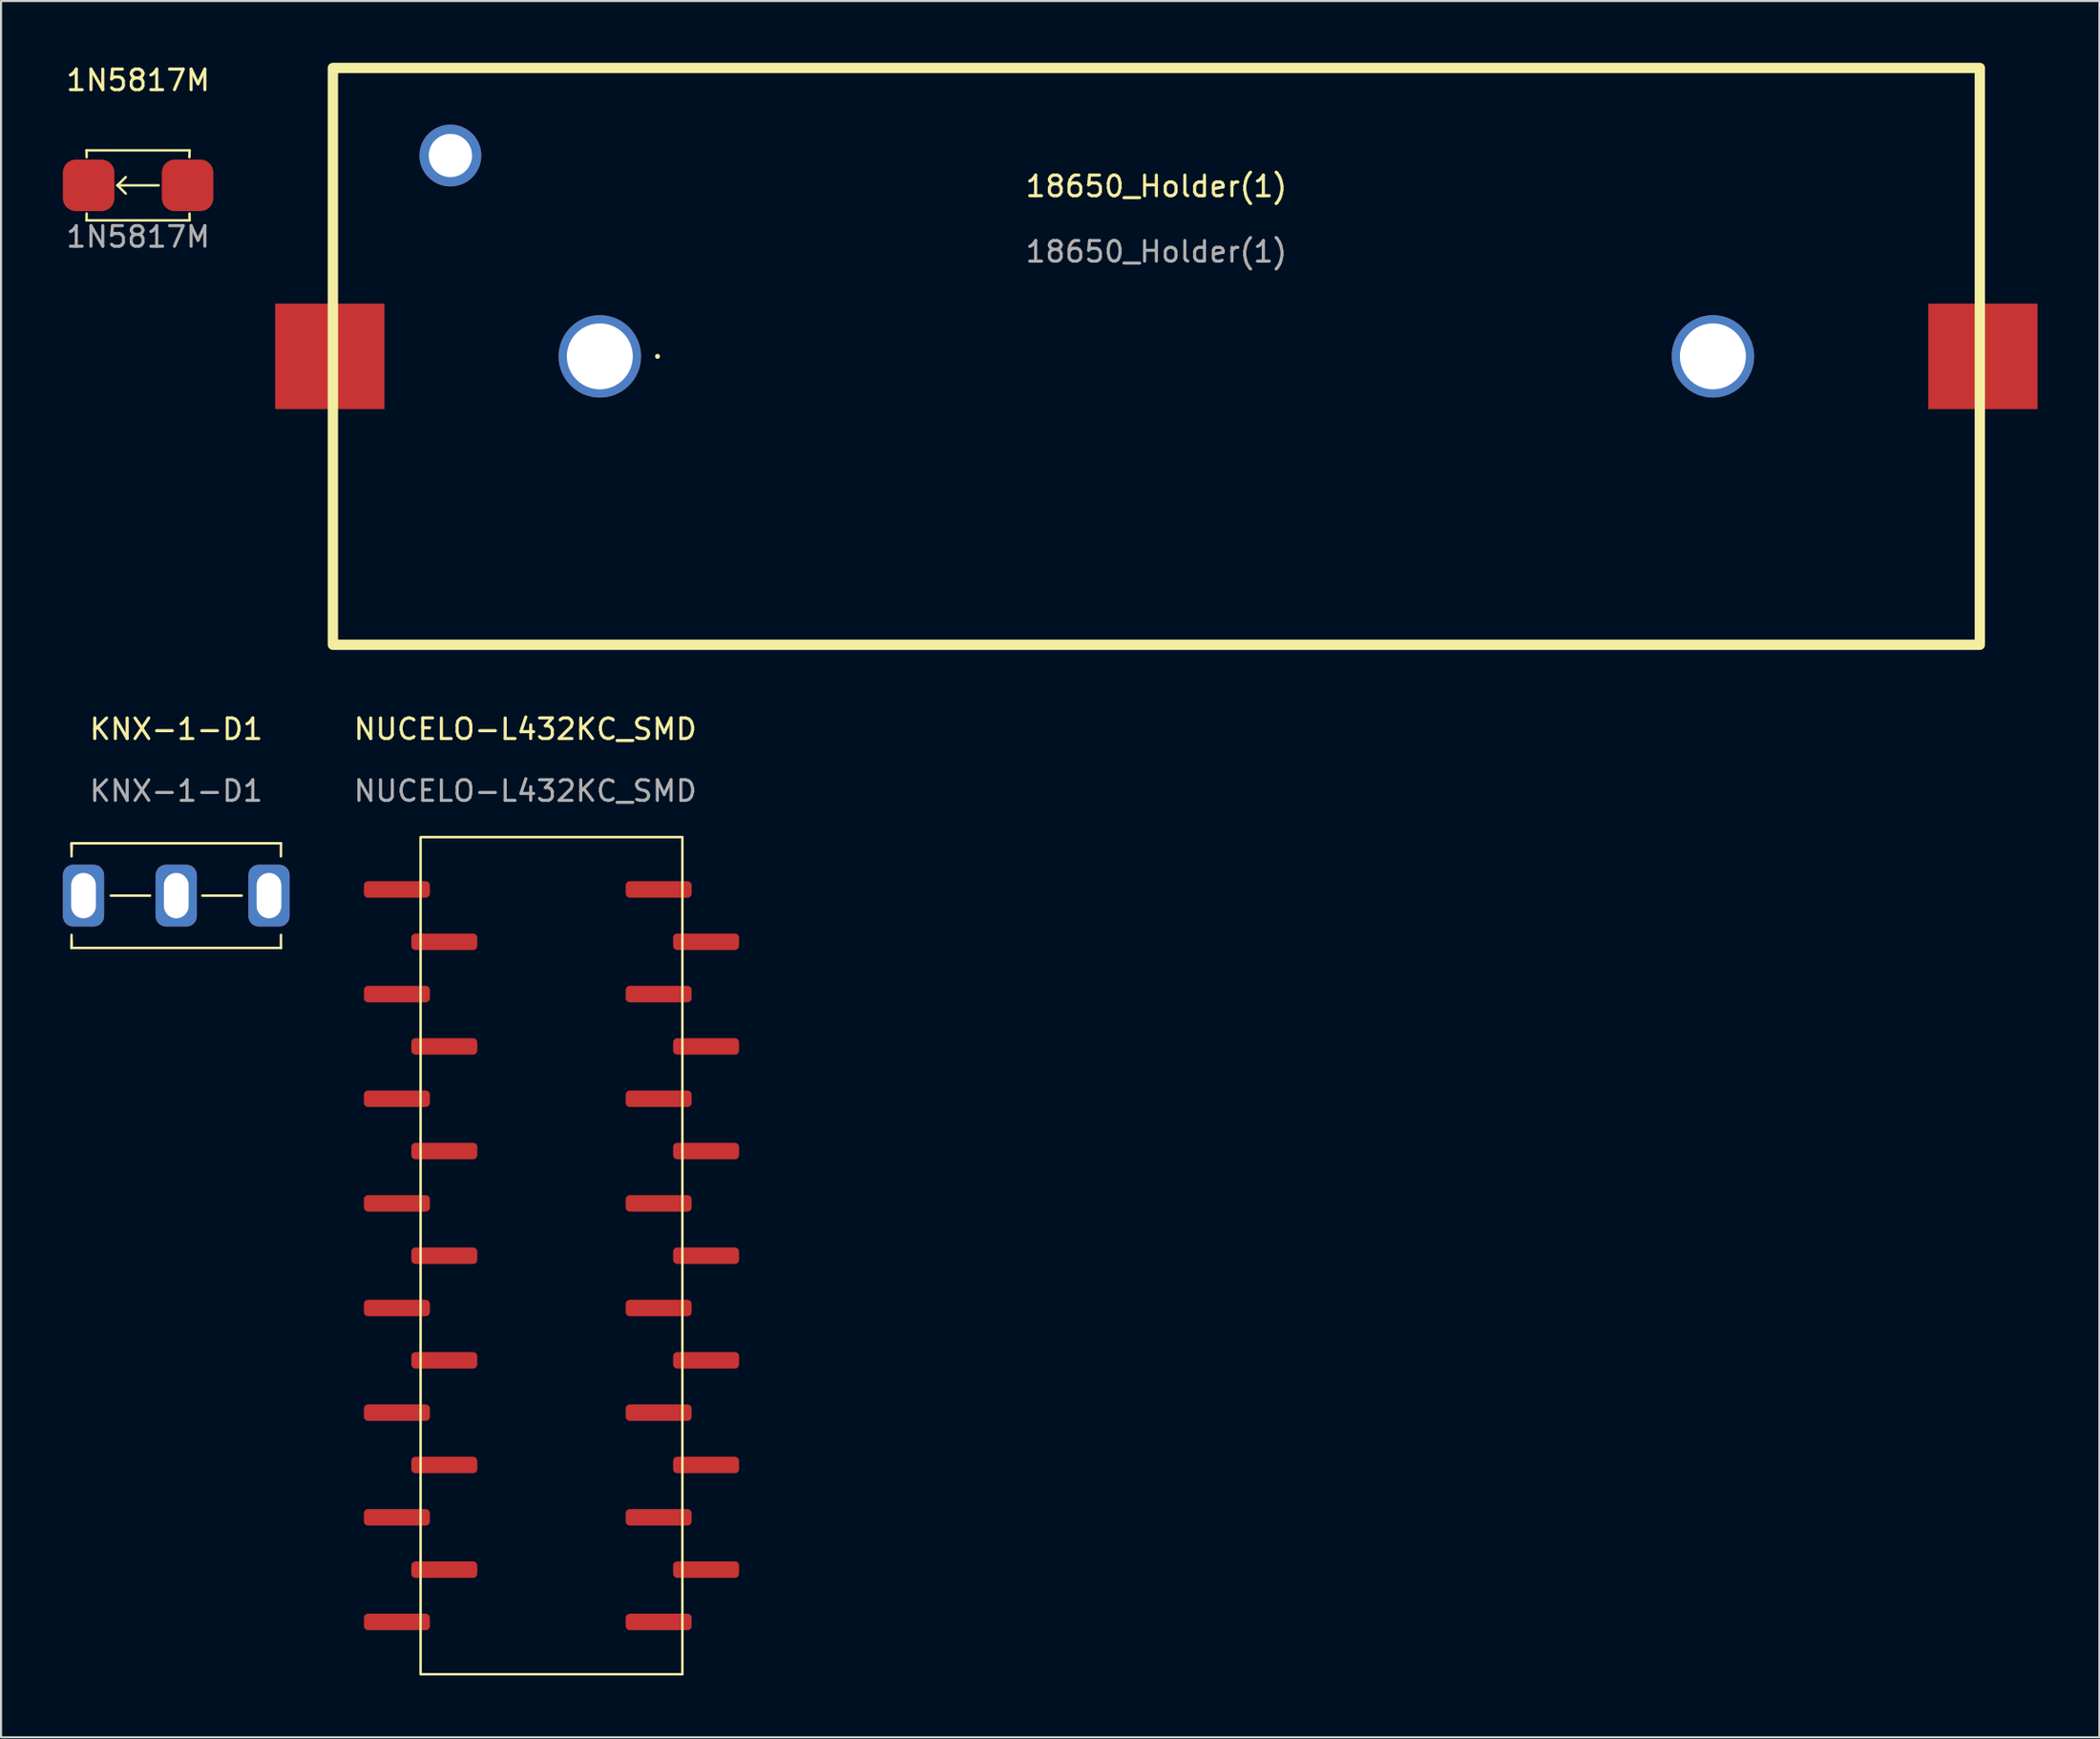
<source format=kicad_pcb>
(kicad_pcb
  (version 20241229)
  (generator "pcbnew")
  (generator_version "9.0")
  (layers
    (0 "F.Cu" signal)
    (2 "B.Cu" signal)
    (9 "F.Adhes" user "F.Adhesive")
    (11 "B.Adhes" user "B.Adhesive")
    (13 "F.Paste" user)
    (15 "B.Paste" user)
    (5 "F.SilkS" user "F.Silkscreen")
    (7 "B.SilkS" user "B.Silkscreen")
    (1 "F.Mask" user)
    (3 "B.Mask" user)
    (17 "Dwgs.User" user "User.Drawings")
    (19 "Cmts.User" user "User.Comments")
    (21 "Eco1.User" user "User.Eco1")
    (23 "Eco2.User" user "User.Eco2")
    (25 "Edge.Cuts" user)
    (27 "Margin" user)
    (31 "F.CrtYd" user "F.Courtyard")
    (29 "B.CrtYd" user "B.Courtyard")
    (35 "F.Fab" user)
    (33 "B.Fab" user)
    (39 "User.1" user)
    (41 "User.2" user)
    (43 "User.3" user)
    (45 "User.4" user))
  (footprint "KNX-1-D1"
    (layer "F.Cu")
    (at 5.5 40.428)
    (property "Reference" "KNX-1-D1" (at 0 -8.08 0) (unlocked yes) (layer "F.SilkS") (effects (font (size 1 1) (thickness 0.15))))
    (attr through_hole)
    (fp_line (start -5.08 -2.54) (end -5.08 -2.381) (stroke (width 0.12) (type solid)) (layer "F.SilkS"))
    (fp_line (start -5.08 -2.54) (end -5.08 -2.223) (stroke (width 0.12) (type solid)) (layer "F.SilkS"))
    (fp_line (start -5.08 -1.905) (end -5.08 -2.54) (stroke (width 0.12) (type solid)) (layer "F.SilkS"))
    (fp_line (start -5.08 1.905) (end -5.08 2.54) (stroke (width 0.12) (type solid)) (layer "F.SilkS"))
    (fp_line (start -5.08 2.54) (end -5.08 2.223) (stroke (width 0.12) (type solid)) (layer "F.SilkS"))
    (fp_line (start -5.08 2.54) (end 5.08 2.54) (stroke (width 0.12) (type solid)) (layer "F.SilkS"))
    (fp_line (start -3.175 0) (end -1.27 0) (stroke (width 0.12) (type solid)) (layer "F.SilkS"))
    (fp_line (start 1.27 0) (end 3.175 0) (stroke (width 0.12) (type solid)) (layer "F.SilkS"))
    (fp_line (start 5.08 -2.54) (end -5.08 -2.54) (stroke (width 0.12) (type solid)) (layer "F.SilkS"))
    (fp_line (start 5.08 -2.54) (end 5.08 -1.905) (stroke (width 0.12) (type solid)) (layer "F.SilkS"))
    (fp_line (start 5.08 1.905) (end 5.08 2.54) (stroke (width 0.12) (type solid)) (layer "F.SilkS"))
    (fp_text user "${REFERENCE}" (at 0 -5.08 0) (unlocked yes) (layer "F.Fab") (effects (font (size 1 1) (thickness 0.15))))
    (pad "1" thru_hole roundrect (at -4.5 0) (size 2 3) (drill oval 1.2 2.2) (layers "*.Cu" "*.Mask") (roundrect_rratio 0.25))
    (pad "2" thru_hole roundrect (at 0 0) (size 2 3) (drill oval 1.2 2.2) (layers "*.Cu" "*.Mask") (roundrect_rratio 0.25))
    (pad "3" thru_hole roundrect (at 4.5 0) (size 2 3) (drill oval 1.2 2.2) (layers "*.Cu" "*.Mask") (roundrect_rratio 0.25)))
  (footprint "18650_Holder(1)"
    (layer "F.Cu")
    (at 53.05 14.25)
    (property "Reference" "18650_Holder(1)" (at 0 -8.255 0) (unlocked yes) (layer "F.SilkS") (effects (font (size 1 1) (thickness 0.15))))
    (attr smd)
    (fp_rect (start -39.95 -14) (end 39.95 14) (stroke (width 0.5) (type solid)) (fill no) (layer "F.SilkS"))
    (fp_circle (center -24.2 0) (end -24.2 0) (stroke (width 0.12) (type solid)) (fill no) (layer "F.SilkS"))
    (fp_circle (center 27.4 -0.4) (end 27.4 -0.4) (stroke (width 0.12) (type solid)) (fill yes) (layer "F.SilkS"))
    (fp_text user "${REFERENCE}" (at 0 -5.08 0) (unlocked yes) (layer "F.Fab") (effects (font (size 1 1) (thickness 0.15))))
    (pad "" np_thru_hole circle (at -34.25 -9.75) (size 3 3) (drill 2.1) (layers "*.Cu" "*.Mask"))
    (pad "" np_thru_hole circle (at -27 0) (size 4 4) (drill 3.2) (layers "*.Cu" "*.Mask"))
    (pad "" np_thru_hole circle (at 27 0) (size 4 4) (drill 3.2) (layers "*.Cu" "*.Mask"))
    (pad "1" smd rect (at -40.1 0) (size 5.3 5.12) (layers "F.Cu" "F.Mask" "F.Paste"))
    (pad "2" smd rect (at 40.1 0) (size 5.3 5.12) (layers "F.Cu" "F.Mask" "F.Paste")))
  (footprint "NUCELO-L432KC_SMD"
    (layer "F.Cu")
    (at 22.435 47.748)
    (property "Reference" "NUCELO-L432KC_SMD" (at 0 -15.4 0) (unlocked yes) (layer "F.SilkS") (effects (font (size 1 1) (thickness 0.15))))
    (attr smd)
    (fp_rect (start -5.08 -10.16) (end 7.62 30.48) (stroke (width 0.12) (type solid)) (fill no) (layer "F.SilkS"))
    (fp_text user "${REFERENCE}" (at 0 -12.4 0) (unlocked yes) (layer "F.Fab") (effects (font (size 1 1) (thickness 0.15))))
    (pad "1" smd roundrect (at -6.23 -7.62) (size 3.2 0.8) (layers "F.Cu" "F.Mask" "F.Paste") (roundrect_rratio 0.25))
    (pad "2" smd roundrect (at -3.93 -5.08) (size 3.2 0.8) (layers "F.Cu" "F.Mask" "F.Paste") (roundrect_rratio 0.25))
    (pad "3" smd roundrect (at -6.23 -2.54) (size 3.2 0.8) (layers "F.Cu" "F.Mask" "F.Paste") (roundrect_rratio 0.25))
    (pad "4" smd roundrect (at -3.93 0) (size 3.2 0.8) (layers "F.Cu" "F.Mask" "F.Paste") (roundrect_rratio 0.25))
    (pad "5" smd roundrect (at -6.23 2.54) (size 3.2 0.8) (layers "F.Cu" "F.Mask" "F.Paste") (roundrect_rratio 0.25))
    (pad "6" smd roundrect (at -3.93 5.08) (size 3.2 0.8) (layers "F.Cu" "F.Mask" "F.Paste") (roundrect_rratio 0.25))
    (pad "7" smd roundrect (at -6.23 7.62) (size 3.2 0.8) (layers "F.Cu" "F.Mask" "F.Paste") (roundrect_rratio 0.25))
    (pad "8" smd roundrect (at -3.93 10.16) (size 3.2 0.8) (layers "F.Cu" "F.Mask" "F.Paste") (roundrect_rratio 0.25))
    (pad "9" smd roundrect (at -6.23 12.7) (size 3.2 0.8) (layers "F.Cu" "F.Mask" "F.Paste") (roundrect_rratio 0.25))
    (pad "10" smd roundrect (at -3.93 15.24) (size 3.2 0.8) (layers "F.Cu" "F.Mask" "F.Paste") (roundrect_rratio 0.25))
    (pad "11" smd roundrect (at -6.23 17.78) (size 3.2 0.8) (layers "F.Cu" "F.Mask" "F.Paste") (roundrect_rratio 0.25))
    (pad "12" smd roundrect (at -3.93 20.32) (size 3.2 0.8) (layers "F.Cu" "F.Mask" "F.Paste") (roundrect_rratio 0.25))
    (pad "13" smd roundrect (at -6.23 22.86) (size 3.2 0.8) (layers "F.Cu" "F.Mask" "F.Paste") (roundrect_rratio 0.25))
    (pad "14" smd roundrect (at -3.93 25.4) (size 3.2 0.8) (layers "F.Cu" "F.Mask" "F.Paste") (roundrect_rratio 0.25))
    (pad "15" smd roundrect (at -6.23 27.94) (size 3.2 0.8) (layers "F.Cu" "F.Mask" "F.Paste") (roundrect_rratio 0.25))
    (pad "16" smd roundrect (at 6.47 27.94) (size 3.2 0.8) (layers "F.Cu" "F.Mask" "F.Paste") (roundrect_rratio 0.25))
    (pad "17" smd roundrect (at 8.77 25.4) (size 3.2 0.8) (layers "F.Cu" "F.Mask" "F.Paste") (roundrect_rratio 0.25))
    (pad "18" smd roundrect (at 6.47 22.86) (size 3.2 0.8) (layers "F.Cu" "F.Mask" "F.Paste") (roundrect_rratio 0.25))
    (pad "19" smd roundrect (at 8.77 20.32) (size 3.2 0.8) (layers "F.Cu" "F.Mask" "F.Paste") (roundrect_rratio 0.25))
    (pad "20" smd roundrect (at 6.47 17.78) (size 3.2 0.8) (layers "F.Cu" "F.Mask" "F.Paste") (roundrect_rratio 0.25))
    (pad "21" smd roundrect (at 8.77 15.24) (size 3.2 0.8) (layers "F.Cu" "F.Mask" "F.Paste") (roundrect_rratio 0.25))
    (pad "22" smd roundrect (at 6.47 12.7) (size 3.2 0.8) (layers "F.Cu" "F.Mask" "F.Paste") (roundrect_rratio 0.25))
    (pad "23" smd roundrect (at 8.77 10.16) (size 3.2 0.8) (layers "F.Cu" "F.Mask" "F.Paste") (roundrect_rratio 0.25))
    (pad "24" smd roundrect (at 6.47 7.62) (size 3.2 0.8) (layers "F.Cu" "F.Mask" "F.Paste") (roundrect_rratio 0.25))
    (pad "25" smd roundrect (at 8.77 5.08) (size 3.2 0.8) (layers "F.Cu" "F.Mask" "F.Paste") (roundrect_rratio 0.25))
    (pad "26" smd roundrect (at 6.47 2.54) (size 3.2 0.8) (layers "F.Cu" "F.Mask" "F.Paste") (roundrect_rratio 0.25))
    (pad "27" smd roundrect (at 8.77 0) (size 3.2 0.8) (layers "F.Cu" "F.Mask" "F.Paste") (roundrect_rratio 0.25))
    (pad "28" smd roundrect (at 6.47 -2.54) (size 3.2 0.8) (layers "F.Cu" "F.Mask" "F.Paste") (roundrect_rratio 0.25))
    (pad "29" smd roundrect (at 8.77 -5.08) (size 3.2 0.8) (layers "F.Cu" "F.Mask" "F.Paste") (roundrect_rratio 0.25))
    (pad "30" smd roundrect (at 6.47 -7.62) (size 3.2 0.8) (layers "F.Cu" "F.Mask" "F.Paste") (roundrect_rratio 0.25)))
  (footprint "1N5817M"
    (layer "F.Cu")
    (at 3.65 5.948)
    (property "Reference" "1N5817M" (at 0 -5.1 0) (unlocked yes) (layer "F.SilkS") (effects (font (size 1 1) (thickness 0.15))))
    (attr smd)
    (fp_line (start -2.5 -1.7) (end -2.496 -1.367) (stroke (width 0.12) (type solid)) (layer "F.SilkS"))
    (fp_line (start -2.5 1.7) (end -2.496 1.367) (stroke (width 0.12) (type solid)) (layer "F.SilkS"))
    (fp_line (start -2.5 1.7) (end 2.5 1.7) (stroke (width 0.12) (type solid)) (layer "F.SilkS"))
    (fp_line (start -1 0) (end -0.6 -0.4) (stroke (width 0.12) (type solid)) (layer "F.SilkS"))
    (fp_line (start -1 0) (end -0.6 0.4) (stroke (width 0.12) (type solid)) (layer "F.SilkS"))
    (fp_line (start 1 0) (end -1 0) (stroke (width 0.12) (type solid)) (layer "F.SilkS"))
    (fp_line (start 2.5 -1.7) (end -2.5 -1.7) (stroke (width 0.12) (type solid)) (layer "F.SilkS"))
    (fp_line (start 2.5 -1.7) (end 2.488 -1.367) (stroke (width 0.12) (type solid)) (layer "F.SilkS"))
    (fp_line (start 2.5 1.7) (end 2.496 1.367) (stroke (width 0.12) (type solid)) (layer "F.SilkS"))
    (fp_text user "${REFERENCE}" (at 0 2.5 0) (unlocked yes) (layer "F.Fab") (effects (font (size 1 1) (thickness 0.15))))
    (pad "1" smd roundrect (at -2.4 0) (size 2.5 2.5) (layers "F.Cu" "F.Mask" "F.Paste") (roundrect_rratio 0.25))
    (pad "2" smd roundrect (at 2.4 0) (size 2.5 2.5) (layers "F.Cu" "F.Mask" "F.Paste") (roundrect_rratio 0.25)))
  (gr_rect
    (start -3 -3)
    (end 98.8 81.288)
    (stroke (width 0.1) (type default))
    (fill no)
    (layer "Edge.Cuts")))
</source>
